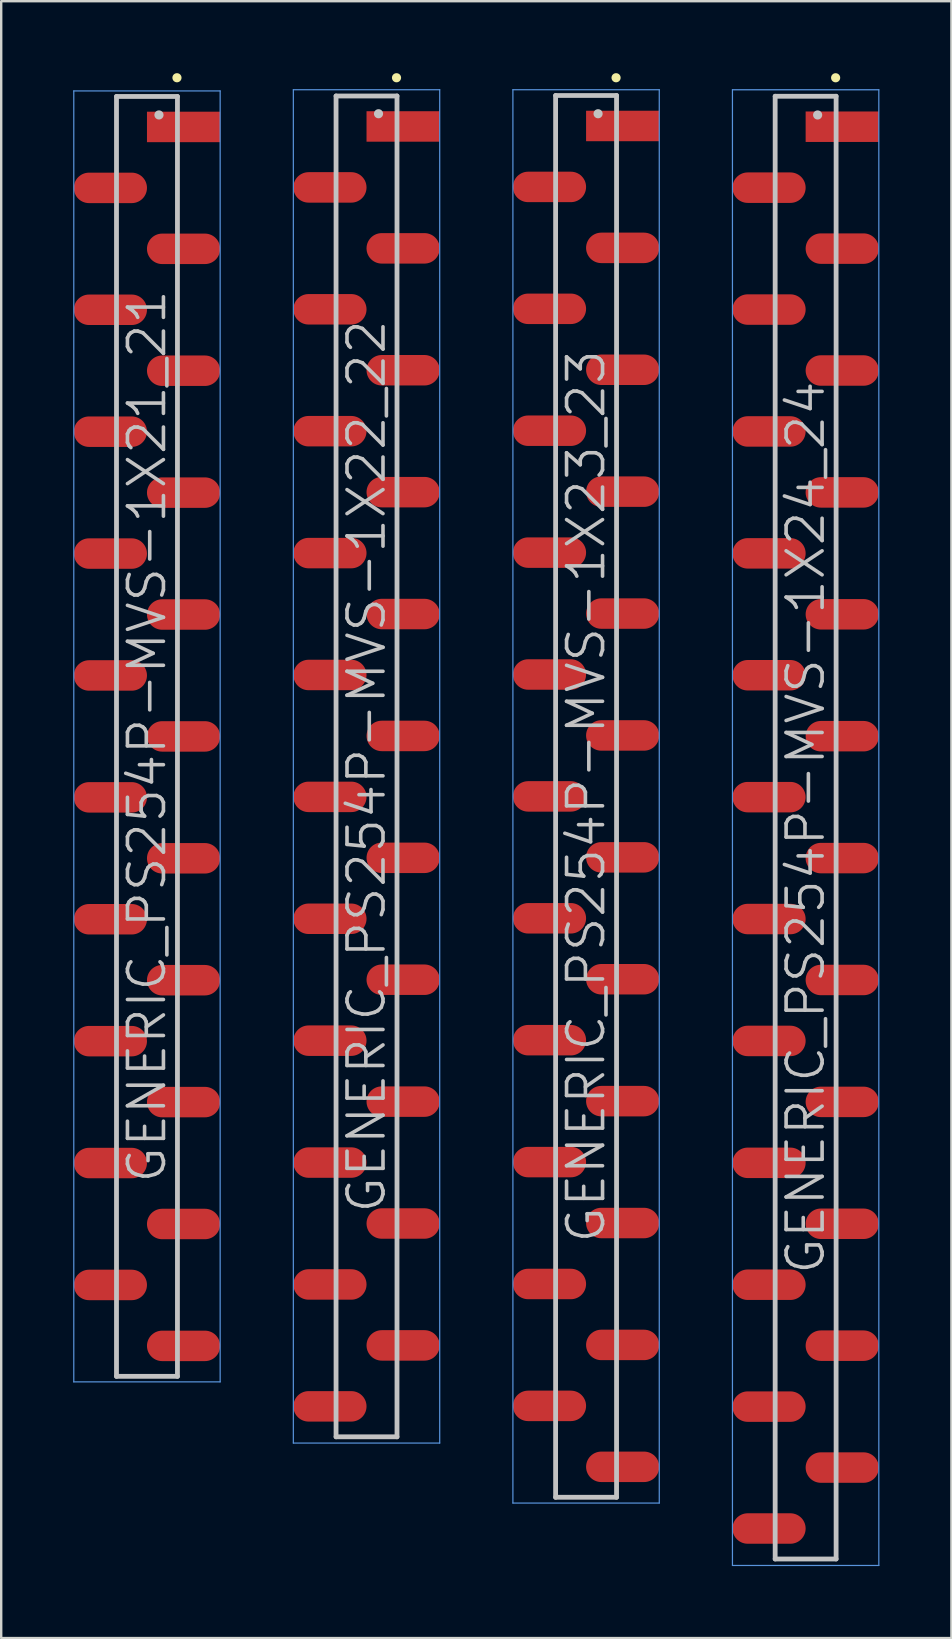
<source format=kicad_pcb>
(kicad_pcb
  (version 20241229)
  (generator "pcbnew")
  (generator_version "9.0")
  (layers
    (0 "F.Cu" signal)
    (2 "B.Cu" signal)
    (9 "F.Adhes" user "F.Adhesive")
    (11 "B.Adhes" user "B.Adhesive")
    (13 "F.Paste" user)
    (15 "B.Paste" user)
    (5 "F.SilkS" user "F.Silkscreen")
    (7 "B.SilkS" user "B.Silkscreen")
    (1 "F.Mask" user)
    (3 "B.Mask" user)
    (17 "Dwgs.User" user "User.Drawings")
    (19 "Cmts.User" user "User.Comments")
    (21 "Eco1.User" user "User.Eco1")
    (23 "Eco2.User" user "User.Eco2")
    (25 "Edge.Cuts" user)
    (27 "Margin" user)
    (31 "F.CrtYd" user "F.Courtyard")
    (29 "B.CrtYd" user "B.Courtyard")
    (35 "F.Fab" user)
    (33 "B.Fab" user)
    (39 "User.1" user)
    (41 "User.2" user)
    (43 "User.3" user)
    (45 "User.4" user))
  (footprint "GENERIC_PS254P-MVS-1X23_23"
    (layer "F.Cu")
    (at 21.375 30.14)
    (property "Reference" "GENERIC_PS254P-MVS-1X23_23" (at 0 0 90) (layer "Dwgs.User") (effects (font (size 1.5 1.5) (thickness 0.15))))
    (attr smd)
    (fp_line (start 1.25 -29.95) (end 1.25 -29.95) (stroke (width 0.381) (type solid)) (layer "F.SilkS"))
    (fp_line (start -1.27 -29.21) (end -1.27 29.21) (stroke (width 0.2) (type solid)) (layer "Dwgs.User"))
    (fp_line (start -1.27 -29.21) (end 1.27 -29.21) (stroke (width 0.2) (type solid)) (layer "Dwgs.User"))
    (fp_line (start -1.27 29.21) (end 1.27 29.21) (stroke (width 0.2) (type solid)) (layer "Dwgs.User"))
    (fp_line (start 0.5 -28.45) (end 0.5 -28.45) (stroke (width 0.381) (type solid)) (layer "Dwgs.User"))
    (fp_line (start 1.27 -29.21) (end 1.27 29.21) (stroke (width 0.2) (type solid)) (layer "Dwgs.User"))
    (fp_line (start -3.05 -29.45) (end -3.05 29.45) (stroke (width 0.05) (type solid)) (layer "Cmts.User"))
    (fp_line (start -3.05 -29.45) (end 3.05 -29.45) (stroke (width 0.05) (type solid)) (layer "Cmts.User"))
    (fp_line (start -3.05 29.45) (end 3.05 29.45) (stroke (width 0.05) (type solid)) (layer "Cmts.User"))
    (fp_line (start 3.05 -29.45) (end 3.05 29.45) (stroke (width 0.05) (type solid)) (layer "Cmts.User"))
    (pad "1" smd rect (at 1.525 -27.94 90) (size 1.27 3.05) (layers "F.Cu" "F.Mask" "F.Paste"))
    (pad "2" smd oval (at -1.525 -25.4 90) (size 1.27 3.05) (layers "F.Cu" "F.Mask" "F.Paste"))
    (pad "3" smd oval (at 1.525 -22.86 90) (size 1.27 3.05) (layers "F.Cu" "F.Mask" "F.Paste"))
    (pad "4" smd oval (at -1.525 -20.32 90) (size 1.27 3.05) (layers "F.Cu" "F.Mask" "F.Paste"))
    (pad "5" smd oval (at 1.525 -17.78 90) (size 1.27 3.05) (layers "F.Cu" "F.Mask" "F.Paste"))
    (pad "6" smd oval (at -1.525 -15.24 90) (size 1.27 3.05) (layers "F.Cu" "F.Mask" "F.Paste"))
    (pad "7" smd oval (at 1.525 -12.7 90) (size 1.27 3.05) (layers "F.Cu" "F.Mask" "F.Paste"))
    (pad "8" smd oval (at -1.525 -10.16 90) (size 1.27 3.05) (layers "F.Cu" "F.Mask" "F.Paste"))
    (pad "9" smd oval (at 1.525 -7.62 90) (size 1.27 3.05) (layers "F.Cu" "F.Mask" "F.Paste"))
    (pad "10" smd oval (at -1.525 -5.08 90) (size 1.27 3.05) (layers "F.Cu" "F.Mask" "F.Paste"))
    (pad "11" smd oval (at 1.525 -2.54 90) (size 1.27 3.05) (layers "F.Cu" "F.Mask" "F.Paste"))
    (pad "12" smd oval (at -1.525 0 90) (size 1.27 3.05) (layers "F.Cu" "F.Mask" "F.Paste"))
    (pad "13" smd oval (at 1.525 2.54 90) (size 1.27 3.05) (layers "F.Cu" "F.Mask" "F.Paste"))
    (pad "14" smd oval (at -1.525 5.08 90) (size 1.27 3.05) (layers "F.Cu" "F.Mask" "F.Paste"))
    (pad "15" smd oval (at 1.525 7.62 90) (size 1.27 3.05) (layers "F.Cu" "F.Mask" "F.Paste"))
    (pad "16" smd oval (at -1.525 10.16 90) (size 1.27 3.05) (layers "F.Cu" "F.Mask" "F.Paste"))
    (pad "17" smd oval (at 1.525 12.7 90) (size 1.27 3.05) (layers "F.Cu" "F.Mask" "F.Paste"))
    (pad "18" smd oval (at -1.525 15.24 90) (size 1.27 3.05) (layers "F.Cu" "F.Mask" "F.Paste"))
    (pad "19" smd oval (at 1.525 17.78 90) (size 1.27 3.05) (layers "F.Cu" "F.Mask" "F.Paste"))
    (pad "20" smd oval (at -1.525 20.32 90) (size 1.27 3.05) (layers "F.Cu" "F.Mask" "F.Paste"))
    (pad "21" smd oval (at 1.525 22.86 90) (size 1.27 3.05) (layers "F.Cu" "F.Mask" "F.Paste"))
    (pad "22" smd oval (at -1.525 25.4 90) (size 1.27 3.05) (layers "F.Cu" "F.Mask" "F.Paste"))
    (pad "23" smd oval (at 1.525 27.94 90) (size 1.27 3.05) (layers "F.Cu" "F.Mask" "F.Paste")))
  (footprint "GENERIC_PS254P-MVS-1X21_21"
    (layer "F.Cu")
    (at 3.075 27.64)
    (property "Reference" "GENERIC_PS254P-MVS-1X21_21" (at 0 0 90) (layer "Dwgs.User") (effects (font (size 1.5 1.5) (thickness 0.15))))
    (attr smd)
    (fp_line (start 1.25 -27.45) (end 1.25 -27.45) (stroke (width 0.381) (type solid)) (layer "F.SilkS"))
    (fp_line (start -1.27 -26.67) (end -1.27 26.67) (stroke (width 0.2) (type solid)) (layer "Dwgs.User"))
    (fp_line (start -1.27 -26.67) (end 1.27 -26.67) (stroke (width 0.2) (type solid)) (layer "Dwgs.User"))
    (fp_line (start -1.27 26.67) (end 1.27 26.67) (stroke (width 0.2) (type solid)) (layer "Dwgs.User"))
    (fp_line (start 0.5 -25.9) (end 0.5 -25.9) (stroke (width 0.381) (type solid)) (layer "Dwgs.User"))
    (fp_line (start 1.27 -26.67) (end 1.27 26.67) (stroke (width 0.2) (type solid)) (layer "Dwgs.User"))
    (fp_line (start -3.05 -26.9) (end -3.05 26.9) (stroke (width 0.05) (type solid)) (layer "Cmts.User"))
    (fp_line (start -3.05 -26.9) (end 3.05 -26.9) (stroke (width 0.05) (type solid)) (layer "Cmts.User"))
    (fp_line (start -3.05 26.9) (end 3.05 26.9) (stroke (width 0.05) (type solid)) (layer "Cmts.User"))
    (fp_line (start 3.05 -26.9) (end 3.05 26.9) (stroke (width 0.05) (type solid)) (layer "Cmts.User"))
    (pad "1" smd rect (at 1.525 -25.4 90) (size 1.27 3.05) (layers "F.Cu" "F.Mask" "F.Paste"))
    (pad "2" smd oval (at -1.525 -22.86 90) (size 1.27 3.05) (layers "F.Cu" "F.Mask" "F.Paste"))
    (pad "3" smd oval (at 1.525 -20.32 90) (size 1.27 3.05) (layers "F.Cu" "F.Mask" "F.Paste"))
    (pad "4" smd oval (at -1.525 -17.78 90) (size 1.27 3.05) (layers "F.Cu" "F.Mask" "F.Paste"))
    (pad "5" smd oval (at 1.525 -15.24 90) (size 1.27 3.05) (layers "F.Cu" "F.Mask" "F.Paste"))
    (pad "6" smd oval (at -1.525 -12.7 90) (size 1.27 3.05) (layers "F.Cu" "F.Mask" "F.Paste"))
    (pad "7" smd oval (at 1.525 -10.16 90) (size 1.27 3.05) (layers "F.Cu" "F.Mask" "F.Paste"))
    (pad "8" smd oval (at -1.525 -7.62 90) (size 1.27 3.05) (layers "F.Cu" "F.Mask" "F.Paste"))
    (pad "9" smd oval (at 1.525 -5.08 90) (size 1.27 3.05) (layers "F.Cu" "F.Mask" "F.Paste"))
    (pad "10" smd oval (at -1.525 -2.54 90) (size 1.27 3.05) (layers "F.Cu" "F.Mask" "F.Paste"))
    (pad "11" smd oval (at 1.525 0 90) (size 1.27 3.05) (layers "F.Cu" "F.Mask" "F.Paste"))
    (pad "12" smd oval (at -1.525 2.54 90) (size 1.27 3.05) (layers "F.Cu" "F.Mask" "F.Paste"))
    (pad "13" smd oval (at 1.525 5.08 90) (size 1.27 3.05) (layers "F.Cu" "F.Mask" "F.Paste"))
    (pad "14" smd oval (at -1.525 7.62 90) (size 1.27 3.05) (layers "F.Cu" "F.Mask" "F.Paste"))
    (pad "15" smd oval (at 1.525 10.16 90) (size 1.27 3.05) (layers "F.Cu" "F.Mask" "F.Paste"))
    (pad "16" smd oval (at -1.525 12.7 90) (size 1.27 3.05) (layers "F.Cu" "F.Mask" "F.Paste"))
    (pad "17" smd oval (at 1.525 15.24 90) (size 1.27 3.05) (layers "F.Cu" "F.Mask" "F.Paste"))
    (pad "18" smd oval (at -1.525 17.78 90) (size 1.27 3.05) (layers "F.Cu" "F.Mask" "F.Paste"))
    (pad "19" smd oval (at 1.525 20.32 90) (size 1.27 3.05) (layers "F.Cu" "F.Mask" "F.Paste"))
    (pad "20" smd oval (at -1.525 22.86 90) (size 1.27 3.05) (layers "F.Cu" "F.Mask" "F.Paste"))
    (pad "21" smd oval (at 1.525 25.4 90) (size 1.27 3.05) (layers "F.Cu" "F.Mask" "F.Paste")))
  (footprint "GENERIC_PS254P-MVS-1X22_22"
    (layer "F.Cu")
    (at 12.225 28.89)
    (property "Reference" "GENERIC_PS254P-MVS-1X22_22" (at 0 0 90) (layer "Dwgs.User") (effects (font (size 1.5 1.5) (thickness 0.15))))
    (attr smd)
    (fp_line (start 1.25 -28.7) (end 1.25 -28.7) (stroke (width 0.381) (type solid)) (layer "F.SilkS"))
    (fp_line (start -1.27 -27.94) (end -1.27 27.94) (stroke (width 0.2) (type solid)) (layer "Dwgs.User"))
    (fp_line (start -1.27 -27.94) (end 1.27 -27.94) (stroke (width 0.2) (type solid)) (layer "Dwgs.User"))
    (fp_line (start -1.27 27.94) (end 1.27 27.94) (stroke (width 0.2) (type solid)) (layer "Dwgs.User"))
    (fp_line (start 0.5 -27.2) (end 0.5 -27.2) (stroke (width 0.381) (type solid)) (layer "Dwgs.User"))
    (fp_line (start 1.27 -27.94) (end 1.27 27.94) (stroke (width 0.2) (type solid)) (layer "Dwgs.User"))
    (fp_line (start -3.05 -28.2) (end -3.05 28.2) (stroke (width 0.05) (type solid)) (layer "Cmts.User"))
    (fp_line (start -3.05 -28.2) (end 3.05 -28.2) (stroke (width 0.05) (type solid)) (layer "Cmts.User"))
    (fp_line (start -3.05 28.2) (end 3.05 28.2) (stroke (width 0.05) (type solid)) (layer "Cmts.User"))
    (fp_line (start 3.05 -28.2) (end 3.05 28.2) (stroke (width 0.05) (type solid)) (layer "Cmts.User"))
    (pad "1" smd rect (at 1.525 -26.67 90) (size 1.27 3.05) (layers "F.Cu" "F.Mask" "F.Paste"))
    (pad "2" smd oval (at -1.525 -24.13 90) (size 1.27 3.05) (layers "F.Cu" "F.Mask" "F.Paste"))
    (pad "3" smd oval (at 1.525 -21.59 90) (size 1.27 3.05) (layers "F.Cu" "F.Mask" "F.Paste"))
    (pad "4" smd oval (at -1.525 -19.05 90) (size 1.27 3.05) (layers "F.Cu" "F.Mask" "F.Paste"))
    (pad "5" smd oval (at 1.525 -16.51 90) (size 1.27 3.05) (layers "F.Cu" "F.Mask" "F.Paste"))
    (pad "6" smd oval (at -1.525 -13.97 90) (size 1.27 3.05) (layers "F.Cu" "F.Mask" "F.Paste"))
    (pad "7" smd oval (at 1.525 -11.43 90) (size 1.27 3.05) (layers "F.Cu" "F.Mask" "F.Paste"))
    (pad "8" smd oval (at -1.525 -8.89 90) (size 1.27 3.05) (layers "F.Cu" "F.Mask" "F.Paste"))
    (pad "9" smd oval (at 1.525 -6.35 90) (size 1.27 3.05) (layers "F.Cu" "F.Mask" "F.Paste"))
    (pad "10" smd oval (at -1.525 -3.81 90) (size 1.27 3.05) (layers "F.Cu" "F.Mask" "F.Paste"))
    (pad "11" smd oval (at 1.525 -1.27 90) (size 1.27 3.05) (layers "F.Cu" "F.Mask" "F.Paste"))
    (pad "12" smd oval (at -1.525 1.27 90) (size 1.27 3.05) (layers "F.Cu" "F.Mask" "F.Paste"))
    (pad "13" smd oval (at 1.525 3.81 90) (size 1.27 3.05) (layers "F.Cu" "F.Mask" "F.Paste"))
    (pad "14" smd oval (at -1.525 6.35 90) (size 1.27 3.05) (layers "F.Cu" "F.Mask" "F.Paste"))
    (pad "15" smd oval (at 1.525 8.89 90) (size 1.27 3.05) (layers "F.Cu" "F.Mask" "F.Paste"))
    (pad "16" smd oval (at -1.525 11.43 90) (size 1.27 3.05) (layers "F.Cu" "F.Mask" "F.Paste"))
    (pad "17" smd oval (at 1.525 13.97 90) (size 1.27 3.05) (layers "F.Cu" "F.Mask" "F.Paste"))
    (pad "18" smd oval (at -1.525 16.51 90) (size 1.27 3.05) (layers "F.Cu" "F.Mask" "F.Paste"))
    (pad "19" smd oval (at 1.525 19.05 90) (size 1.27 3.05) (layers "F.Cu" "F.Mask" "F.Paste"))
    (pad "20" smd oval (at -1.525 21.59 90) (size 1.27 3.05) (layers "F.Cu" "F.Mask" "F.Paste"))
    (pad "21" smd oval (at 1.525 24.13 90) (size 1.27 3.05) (layers "F.Cu" "F.Mask" "F.Paste"))
    (pad "22" smd oval (at -1.525 26.67 90) (size 1.27 3.05) (layers "F.Cu" "F.Mask" "F.Paste")))
  (footprint "GENERIC_PS254P-MVS-1X24_24"
    (layer "F.Cu")
    (at 30.525 31.441)
    (property "Reference" "GENERIC_PS254P-MVS-1X24_24" (at 0 0 90) (layer "Dwgs.User") (effects (font (size 1.5 1.5) (thickness 0.15))))
    (attr smd)
    (fp_line (start 1.25 -31.25) (end 1.25 -31.25) (stroke (width 0.381) (type solid)) (layer "F.SilkS"))
    (fp_line (start -1.27 -30.48) (end -1.27 30.48) (stroke (width 0.2) (type solid)) (layer "Dwgs.User"))
    (fp_line (start -1.27 -30.48) (end 1.27 -30.48) (stroke (width 0.2) (type solid)) (layer "Dwgs.User"))
    (fp_line (start -1.27 30.48) (end 1.27 30.48) (stroke (width 0.2) (type solid)) (layer "Dwgs.User"))
    (fp_line (start 0.5 -29.7) (end 0.5 -29.7) (stroke (width 0.381) (type solid)) (layer "Dwgs.User"))
    (fp_line (start 1.27 -30.48) (end 1.27 30.48) (stroke (width 0.2) (type solid)) (layer "Dwgs.User"))
    (fp_line (start -3.05 -30.75) (end -3.05 30.75) (stroke (width 0.05) (type solid)) (layer "Cmts.User"))
    (fp_line (start -3.05 -30.75) (end 3.05 -30.75) (stroke (width 0.05) (type solid)) (layer "Cmts.User"))
    (fp_line (start -3.05 30.75) (end 3.05 30.75) (stroke (width 0.05) (type solid)) (layer "Cmts.User"))
    (fp_line (start 3.05 -30.75) (end 3.05 30.75) (stroke (width 0.05) (type solid)) (layer "Cmts.User"))
    (pad "1" smd rect (at 1.525 -29.21 90) (size 1.27 3.05) (layers "F.Cu" "F.Mask" "F.Paste"))
    (pad "2" smd oval (at -1.525 -26.67 90) (size 1.27 3.05) (layers "F.Cu" "F.Mask" "F.Paste"))
    (pad "3" smd oval (at 1.525 -24.13 90) (size 1.27 3.05) (layers "F.Cu" "F.Mask" "F.Paste"))
    (pad "4" smd oval (at -1.525 -21.59 90) (size 1.27 3.05) (layers "F.Cu" "F.Mask" "F.Paste"))
    (pad "5" smd oval (at 1.525 -19.05 90) (size 1.27 3.05) (layers "F.Cu" "F.Mask" "F.Paste"))
    (pad "6" smd oval (at -1.525 -16.51 90) (size 1.27 3.05) (layers "F.Cu" "F.Mask" "F.Paste"))
    (pad "7" smd oval (at 1.525 -13.97 90) (size 1.27 3.05) (layers "F.Cu" "F.Mask" "F.Paste"))
    (pad "8" smd oval (at -1.525 -11.43 90) (size 1.27 3.05) (layers "F.Cu" "F.Mask" "F.Paste"))
    (pad "9" smd oval (at 1.525 -8.89 90) (size 1.27 3.05) (layers "F.Cu" "F.Mask" "F.Paste"))
    (pad "10" smd oval (at -1.525 -6.35 90) (size 1.27 3.05) (layers "F.Cu" "F.Mask" "F.Paste"))
    (pad "11" smd oval (at 1.525 -3.81 90) (size 1.27 3.05) (layers "F.Cu" "F.Mask" "F.Paste"))
    (pad "12" smd oval (at -1.525 -1.27 90) (size 1.27 3.05) (layers "F.Cu" "F.Mask" "F.Paste"))
    (pad "13" smd oval (at 1.525 1.27 90) (size 1.27 3.05) (layers "F.Cu" "F.Mask" "F.Paste"))
    (pad "14" smd oval (at -1.525 3.81 90) (size 1.27 3.05) (layers "F.Cu" "F.Mask" "F.Paste"))
    (pad "15" smd oval (at 1.525 6.35 90) (size 1.27 3.05) (layers "F.Cu" "F.Mask" "F.Paste"))
    (pad "16" smd oval (at -1.525 8.89 90) (size 1.27 3.05) (layers "F.Cu" "F.Mask" "F.Paste"))
    (pad "17" smd oval (at 1.525 11.43 90) (size 1.27 3.05) (layers "F.Cu" "F.Mask" "F.Paste"))
    (pad "18" smd oval (at -1.525 13.97 90) (size 1.27 3.05) (layers "F.Cu" "F.Mask" "F.Paste"))
    (pad "19" smd oval (at 1.525 16.51 90) (size 1.27 3.05) (layers "F.Cu" "F.Mask" "F.Paste"))
    (pad "20" smd oval (at -1.525 19.05 90) (size 1.27 3.05) (layers "F.Cu" "F.Mask" "F.Paste"))
    (pad "21" smd oval (at 1.525 21.59 90) (size 1.27 3.05) (layers "F.Cu" "F.Mask" "F.Paste"))
    (pad "22" smd oval (at -1.525 24.13 90) (size 1.27 3.05) (layers "F.Cu" "F.Mask" "F.Paste"))
    (pad "23" smd oval (at 1.525 26.67 90) (size 1.27 3.05) (layers "F.Cu" "F.Mask" "F.Paste"))
    (pad "24" smd oval (at -1.525 29.21 90) (size 1.27 3.05) (layers "F.Cu" "F.Mask" "F.Paste")))
  (gr_rect
    (start -3 -3)
    (end 36.6 65.216)
    (stroke (width 0.1) (type default))
    (fill no)
    (layer "Edge.Cuts")))
</source>
